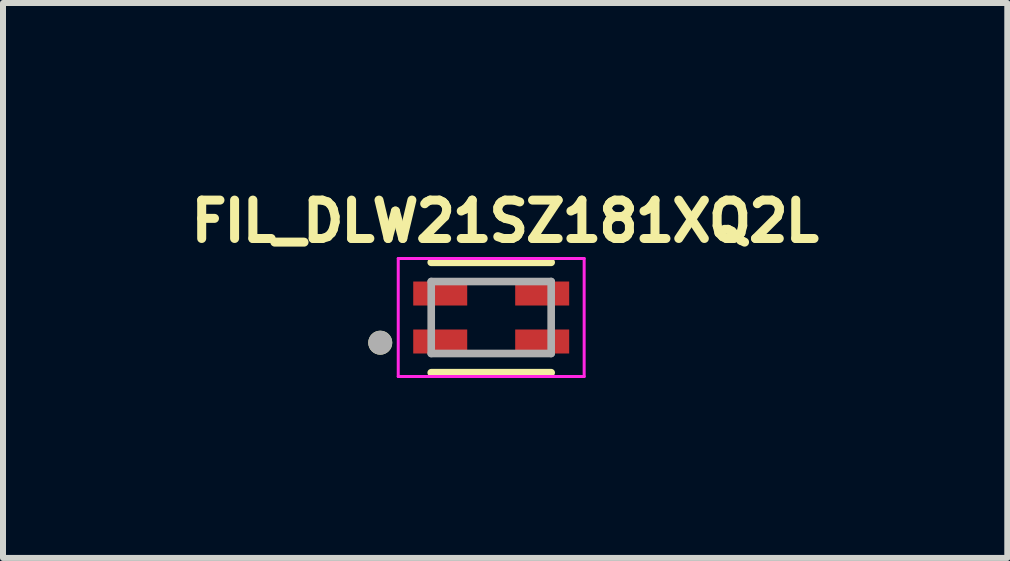
<source format=kicad_pcb>
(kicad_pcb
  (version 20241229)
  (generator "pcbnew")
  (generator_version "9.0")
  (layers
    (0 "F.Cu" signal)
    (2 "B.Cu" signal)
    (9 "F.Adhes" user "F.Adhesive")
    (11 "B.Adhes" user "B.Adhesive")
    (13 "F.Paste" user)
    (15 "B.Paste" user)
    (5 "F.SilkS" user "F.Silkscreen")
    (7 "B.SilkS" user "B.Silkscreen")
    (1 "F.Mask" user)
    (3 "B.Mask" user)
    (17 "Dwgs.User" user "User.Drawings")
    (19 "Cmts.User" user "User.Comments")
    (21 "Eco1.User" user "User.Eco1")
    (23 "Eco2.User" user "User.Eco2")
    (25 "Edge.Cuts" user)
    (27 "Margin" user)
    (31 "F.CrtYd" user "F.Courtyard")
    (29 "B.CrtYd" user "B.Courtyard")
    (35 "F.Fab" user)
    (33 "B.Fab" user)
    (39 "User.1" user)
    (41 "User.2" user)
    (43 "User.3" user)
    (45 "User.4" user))
  (footprint "FIL_DLW21SZ181XQ2L"
    (layer "F.Cu")
    (at 5.14 2.244)
    (property "Reference" "FIL_DLW21SZ181XQ2L" (at 0.232 -1.606 0) (layer "F.SilkS") (effects (font (size 0.64 0.64) (thickness 0.15))))
    (attr smd)
    (fp_line (start -1 -0.92) (end 1 -0.92) (stroke (width 0.127) (type solid)) (layer "F.SilkS"))
    (fp_line (start 1 0.92) (end -1 0.92) (stroke (width 0.127) (type solid)) (layer "F.SilkS"))
    (fp_circle (center -1.85 0.42) (end -1.75 0.42) (stroke (width 0.2) (type solid)) (fill no) (layer "F.SilkS"))
    (fp_poly (pts (xy -1.3 -0.6) (xy -0.4 -0.6) (xy -0.4 -0.25) (xy -1.3 -0.25)) (stroke (width 0.01) (type solid)) (fill yes) (layer "F.Paste"))
    (fp_poly (pts (xy -1.3 0.25) (xy -0.4 0.25) (xy -0.4 0.6) (xy -1.3 0.6)) (stroke (width 0.01) (type solid)) (fill yes) (layer "F.Paste"))
    (fp_poly (pts (xy 0.4 -0.6) (xy 1.3 -0.6) (xy 1.3 -0.25) (xy 0.4 -0.25)) (stroke (width 0.01) (type solid)) (fill yes) (layer "F.Paste"))
    (fp_poly (pts (xy 0.4 0.25) (xy 1.3 0.25) (xy 1.3 0.6) (xy 0.4 0.6)) (stroke (width 0.01) (type solid)) (fill yes) (layer "F.Paste"))
    (fp_line (start -1.55 -0.984) (end 1.55 -0.984) (stroke (width 0.05) (type solid)) (layer "F.CrtYd"))
    (fp_line (start -1.55 0.984) (end -1.55 -0.984) (stroke (width 0.05) (type solid)) (layer "F.CrtYd"))
    (fp_line (start 1.55 -0.984) (end 1.55 0.984) (stroke (width 0.05) (type solid)) (layer "F.CrtYd"))
    (fp_line (start 1.55 0.984) (end -1.55 0.984) (stroke (width 0.05) (type solid)) (layer "F.CrtYd"))
    (fp_line (start -1 -0.6) (end 1 -0.6) (stroke (width 0.127) (type solid)) (layer "F.Fab"))
    (fp_line (start -1 0.6) (end -1 -0.6) (stroke (width 0.127) (type solid)) (layer "F.Fab"))
    (fp_line (start 1 -0.6) (end 1 0.6) (stroke (width 0.127) (type solid)) (layer "F.Fab"))
    (fp_line (start 1 0.6) (end -1 0.6) (stroke (width 0.127) (type solid)) (layer "F.Fab"))
    (fp_circle (center -1.85 0.42) (end -1.75 0.42) (stroke (width 0.2) (type solid)) (fill no) (layer "F.Fab"))
    (pad "1" smd rect (at -0.85 0.4) (size 0.9 0.4) (layers "F.Cu" "F.Mask"))
    (pad "2" smd rect (at 0.85 0.4) (size 0.9 0.4) (layers "F.Cu" "F.Mask"))
    (pad "3" smd rect (at 0.85 -0.4) (size 0.9 0.4) (layers "F.Cu" "F.Mask"))
    (pad "4" smd rect (at -0.85 -0.4) (size 0.9 0.4) (layers "F.Cu" "F.Mask")))
  (gr_rect
    (start -3 -3)
    (end 13.745 6.253)
    (stroke (width 0.1) (type default))
    (fill no)
    (layer "Edge.Cuts")))
</source>
